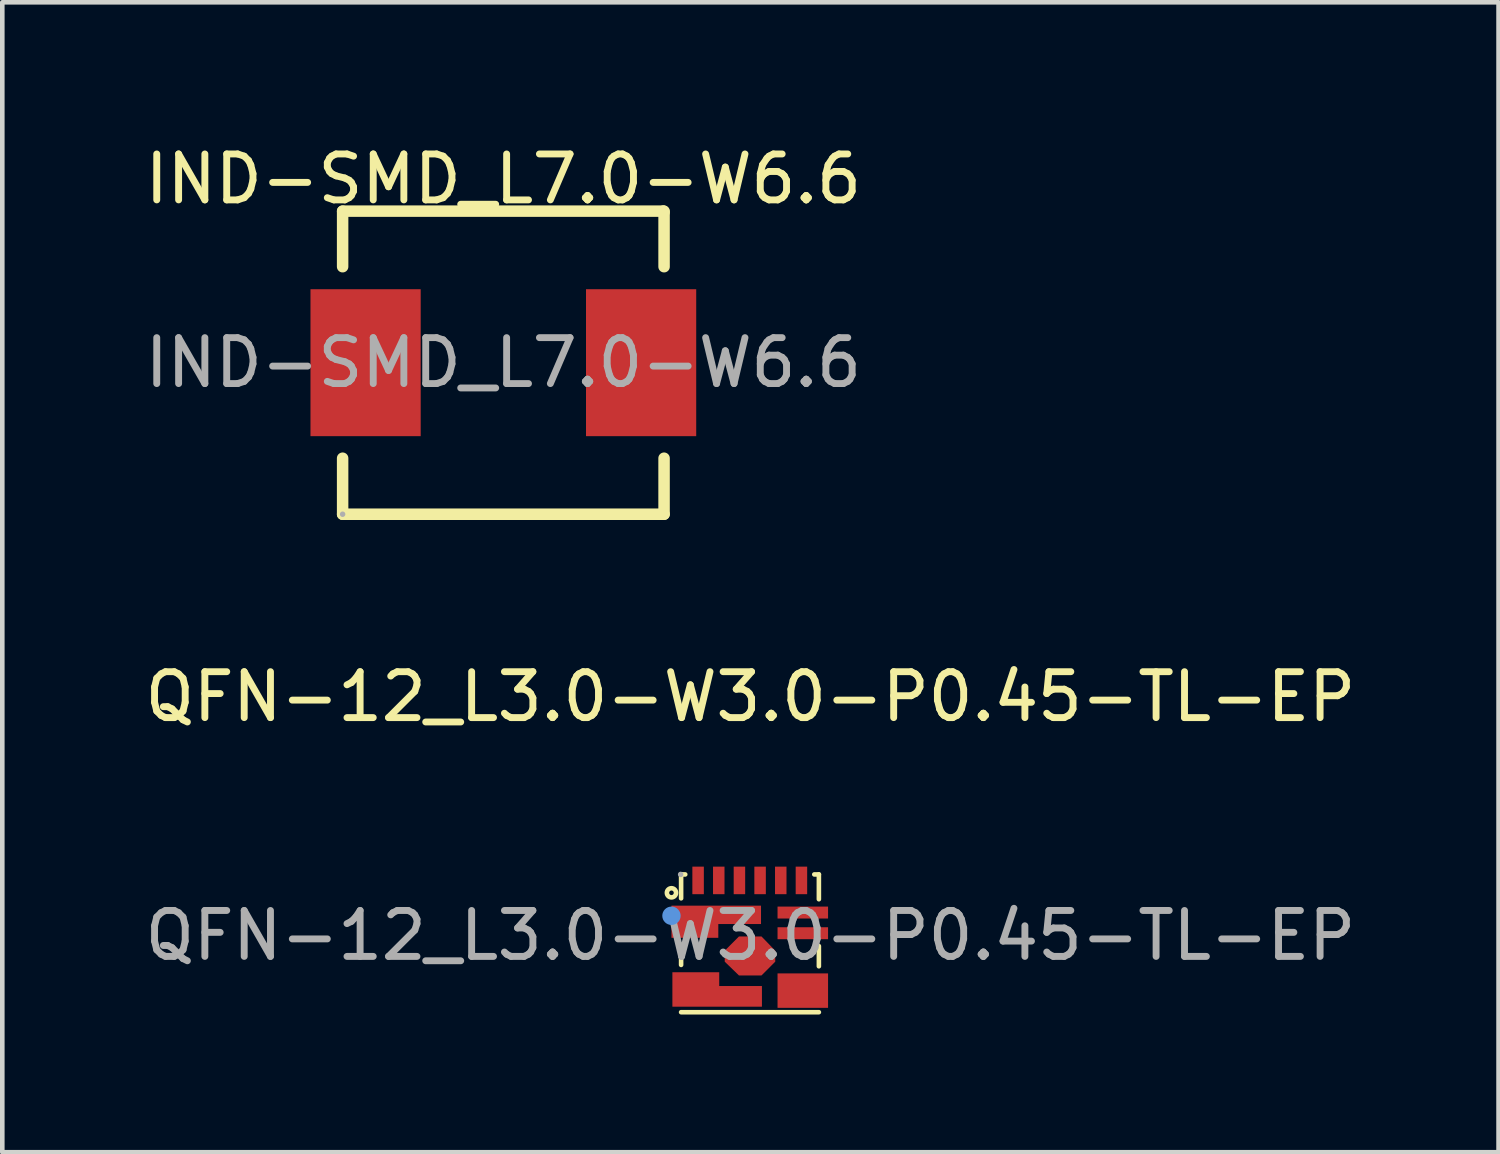
<source format=kicad_pcb>
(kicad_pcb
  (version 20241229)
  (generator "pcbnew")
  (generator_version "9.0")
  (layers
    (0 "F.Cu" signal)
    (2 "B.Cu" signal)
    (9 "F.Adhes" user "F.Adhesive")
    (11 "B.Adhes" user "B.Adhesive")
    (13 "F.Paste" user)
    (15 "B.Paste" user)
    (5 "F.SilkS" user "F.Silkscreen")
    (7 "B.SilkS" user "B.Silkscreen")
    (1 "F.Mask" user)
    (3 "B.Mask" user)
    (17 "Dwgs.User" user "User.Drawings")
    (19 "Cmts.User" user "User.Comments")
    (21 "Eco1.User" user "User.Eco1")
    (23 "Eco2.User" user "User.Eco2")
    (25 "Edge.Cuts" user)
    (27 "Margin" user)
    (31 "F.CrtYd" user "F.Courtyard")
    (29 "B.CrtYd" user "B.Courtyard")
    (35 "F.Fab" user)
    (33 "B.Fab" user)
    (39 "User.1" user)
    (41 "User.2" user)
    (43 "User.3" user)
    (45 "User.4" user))
  (footprint "IND-SMD_L7.0-W6.6"
    (layer "F.Cu")
    (at 7.911 4.848)
    (property "Reference" "IND-SMD_L7.0-W6.6" (at 0 -4 0) (layer "F.SilkS") (effects (font (size 1 1) (thickness 0.15))))
    (attr smd)
    (fp_line (start -3.5 -3.3) (end 3.48 -3.3) (stroke (width 0.25) (type solid)) (layer "F.SilkS"))
    (fp_line (start -3.5 -2.09) (end -3.5 -3.3) (stroke (width 0.25) (type solid)) (layer "F.SilkS"))
    (fp_line (start -3.5 3.3) (end -3.5 2.08) (stroke (width 0.25) (type solid)) (layer "F.SilkS"))
    (fp_line (start -3.49 3.3) (end -3.5 3.3) (stroke (width 0.25) (type solid)) (layer "F.SilkS"))
    (fp_line (start 3.48 -3.3) (end 3.5 -3.28) (stroke (width 0.25) (type solid)) (layer "F.SilkS"))
    (fp_line (start 3.5 -3.3) (end 3.5 -2.09) (stroke (width 0.25) (type solid)) (layer "F.SilkS"))
    (fp_line (start 3.5 2.08) (end 3.5 3.3) (stroke (width 0.25) (type solid)) (layer "F.SilkS"))
    (fp_line (start 3.5 3.3) (end -3.49 3.3) (stroke (width 0.25) (type solid)) (layer "F.SilkS"))
    (fp_circle (center -3.5 3.3) (end -3.47 3.3) (stroke (width 0.06) (type solid)) (fill no) (layer "F.Fab"))
    (fp_text user "${REFERENCE}" (at 0 0 0) (layer "F.Fab") (effects (font (size 1 1) (thickness 0.15))))
    (pad "1" smd rect (at -3 0) (size 2.4 3.2) (layers "F.Cu" "F.Mask" "F.Paste"))
    (pad "2" smd rect (at 3 0) (size 2.4 3.2) (layers "F.Cu" "F.Mask" "F.Paste")))
  (footprint "QFN-12_L3.0-W3.0-P0.45-TL-EP"
    (layer "F.Cu")
    (at 13.292 17.322)
    (property "Reference" "QFN-12_L3.0-W3.0-P0.45-TL-EP" (at 0 -5.2 0) (layer "F.SilkS") (effects (font (size 1 1) (thickness 0.15))))
    (attr smd)
    (fp_line (start -1.51 -1.33) (end -1.42 -1.33) (stroke (width 0.1) (type solid)) (layer "F.SilkS"))
    (fp_line (start -1.51 -0.81) (end -1.51 -1.33) (stroke (width 0.1) (type solid)) (layer "F.SilkS"))
    (fp_line (start -1.51 0.64) (end -1.51 0.2) (stroke (width 0.1) (type solid)) (layer "F.SilkS"))
    (fp_line (start 1.39 -1.33) (end 1.49 -1.33) (stroke (width 0.1) (type solid)) (layer "F.SilkS"))
    (fp_line (start 1.49 -1.33) (end 1.49 -0.79) (stroke (width 0.1) (type solid)) (layer "F.SilkS"))
    (fp_line (start 1.49 0.23) (end 1.49 0.67) (stroke (width 0.1) (type solid)) (layer "F.SilkS"))
    (fp_line (start 1.49 1.67) (end -1.51 1.67) (stroke (width 0.1) (type solid)) (layer "F.SilkS"))
    (fp_circle (center -1.72 -0.93) (end -1.62 -0.93) (stroke (width 0.1) (type solid)) (fill no) (layer "F.SilkS"))
    (fp_circle (center -1.72 -0.43) (end -1.62 -0.43) (stroke (width 0.2) (type solid)) (fill no) (layer "Cmts.User"))
    (fp_circle (center -1.52 -1.33) (end -1.49 -1.33) (stroke (width 0.06) (type solid)) (fill no) (layer "F.Fab"))
    (fp_text user "${REFERENCE}" (at 0 0 0) (layer "F.Fab") (effects (font (size 1 1) (thickness 0.15))))
    (pad "1" smd custom (at -1.5 -0.5) (size 0.1 0.1) (layers "F.Cu" "F.Mask" "F.Paste") (options (anchor circle)) (primitives (gr_poly (pts (xy -0.05 -0.025) (xy -0.048 -0.035) (xy -0.043 -0.043) (xy -0.035 -0.048) (xy -0.025 -0.05) (xy 0.025 -0.05) (xy 0.035 -0.048) (xy 0.043 -0.043) (xy 0.048 -0.035) (xy 0.05 -0.025) (xy 0.05 0.025) (xy 0.048 0.035) (xy 0.043 0.043) (xy 0.035 0.048) (xy 0.025 0.05) (xy -0.025 0.05) (xy -0.035 0.048) (xy -0.043 0.043) (xy -0.048 0.035) (xy -0.05 0.025)) (width 0) (fill yes)) (gr_poly (pts (xy -0.22 -0.15) (xy 1.73 -0.15) (xy 1.73 0.25) (xy 0.8 0.25) (xy 0.8 0.55) (xy -0.22 0.55) (xy -0.22 0.25)) (width 0) (fill yes))))
    (pad "2" smd custom (at 0.075 0.525) (size 0.1 0.1) (layers "F.Cu" "F.Mask" "F.Paste") (options (anchor circle)) (primitives (gr_poly (pts (xy -0.05 -0.025) (xy -0.048 -0.035) (xy -0.043 -0.043) (xy -0.035 -0.048) (xy -0.025 -0.05) (xy 0.025 -0.05) (xy 0.035 -0.048) (xy 0.043 -0.043) (xy 0.048 -0.035) (xy 0.05 -0.025) (xy 0.05 0.025) (xy 0.048 0.035) (xy 0.043 0.043) (xy 0.035 0.048) (xy 0.025 0.05) (xy -0.025 0.05) (xy -0.035 0.048) (xy -0.043 0.043) (xy -0.048 0.035) (xy -0.05 0.025)) (width 0) (fill yes)) (gr_poly (pts (xy -0.325 -0.505) (xy 0.165 -0.505) (xy 0.465 -0.195) (xy 0.465 0.045) (xy 0.165 0.345) (xy -0.325 0.345) (xy -0.635 0.045) (xy -0.635 -0.195)) (width 0) (fill yes))))
    (pad "3" smd custom (at -1.05 1.375) (size 0.1 0.1) (layers "F.Cu" "F.Mask" "F.Paste") (options (anchor circle)) (primitives (gr_poly (pts (xy -0.05 -0.025) (xy -0.048 -0.035) (xy -0.043 -0.043) (xy -0.035 -0.048) (xy -0.025 -0.05) (xy 0.025 -0.05) (xy 0.035 -0.048) (xy 0.043 -0.043) (xy 0.048 -0.035) (xy 0.05 -0.025) (xy 0.05 0.025) (xy 0.048 0.035) (xy 0.043 0.043) (xy 0.035 0.048) (xy 0.025 0.05) (xy -0.025 0.05) (xy -0.035 0.048) (xy -0.043 0.043) (xy -0.048 0.035) (xy -0.05 0.025)) (width 0) (fill yes)) (gr_poly (pts (xy -0.65 0.175) (xy 1.3 0.175) (xy 1.3 -0.275) (xy 0.37 -0.275) (xy 0.37 -0.575) (xy -0.65 -0.575) (xy -0.65 -0.225)) (width 0) (fill yes))))
    (pad "4" smd rect (at 1.14 1.2) (size 1.1 0.75) (layers "F.Cu" "F.Mask" "F.Paste"))
    (pad "5" smd rect (at 1.14 -0.05) (size 1.1 0.26) (layers "F.Cu" "F.Mask" "F.Paste"))
    (pad "6" smd rect (at 1.14 -0.5) (size 1.1 0.26) (layers "F.Cu" "F.Mask" "F.Paste"))
    (pad "7" smd rect (at 1.11 -1.2) (size 0.25 0.6) (layers "F.Cu" "F.Mask" "F.Paste"))
    (pad "8" smd rect (at 0.66 -1.2) (size 0.25 0.6) (layers "F.Cu" "F.Mask" "F.Paste"))
    (pad "9" smd rect (at 0.21 -1.2) (size 0.25 0.6) (layers "F.Cu" "F.Mask" "F.Paste"))
    (pad "10" smd rect (at -0.24 -1.2) (size 0.25 0.6) (layers "F.Cu" "F.Mask" "F.Paste"))
    (pad "11" smd rect (at -0.69 -1.2) (size 0.25 0.6) (layers "F.Cu" "F.Mask" "F.Paste"))
    (pad "12" smd rect (at -1.14 -1.2) (size 0.25 0.6) (layers "F.Cu" "F.Mask" "F.Paste")))
  (gr_rect
    (start -3 -3)
    (end 29.583 22.041)
    (stroke (width 0.1) (type default))
    (fill no)
    (layer "Edge.Cuts")))
</source>
